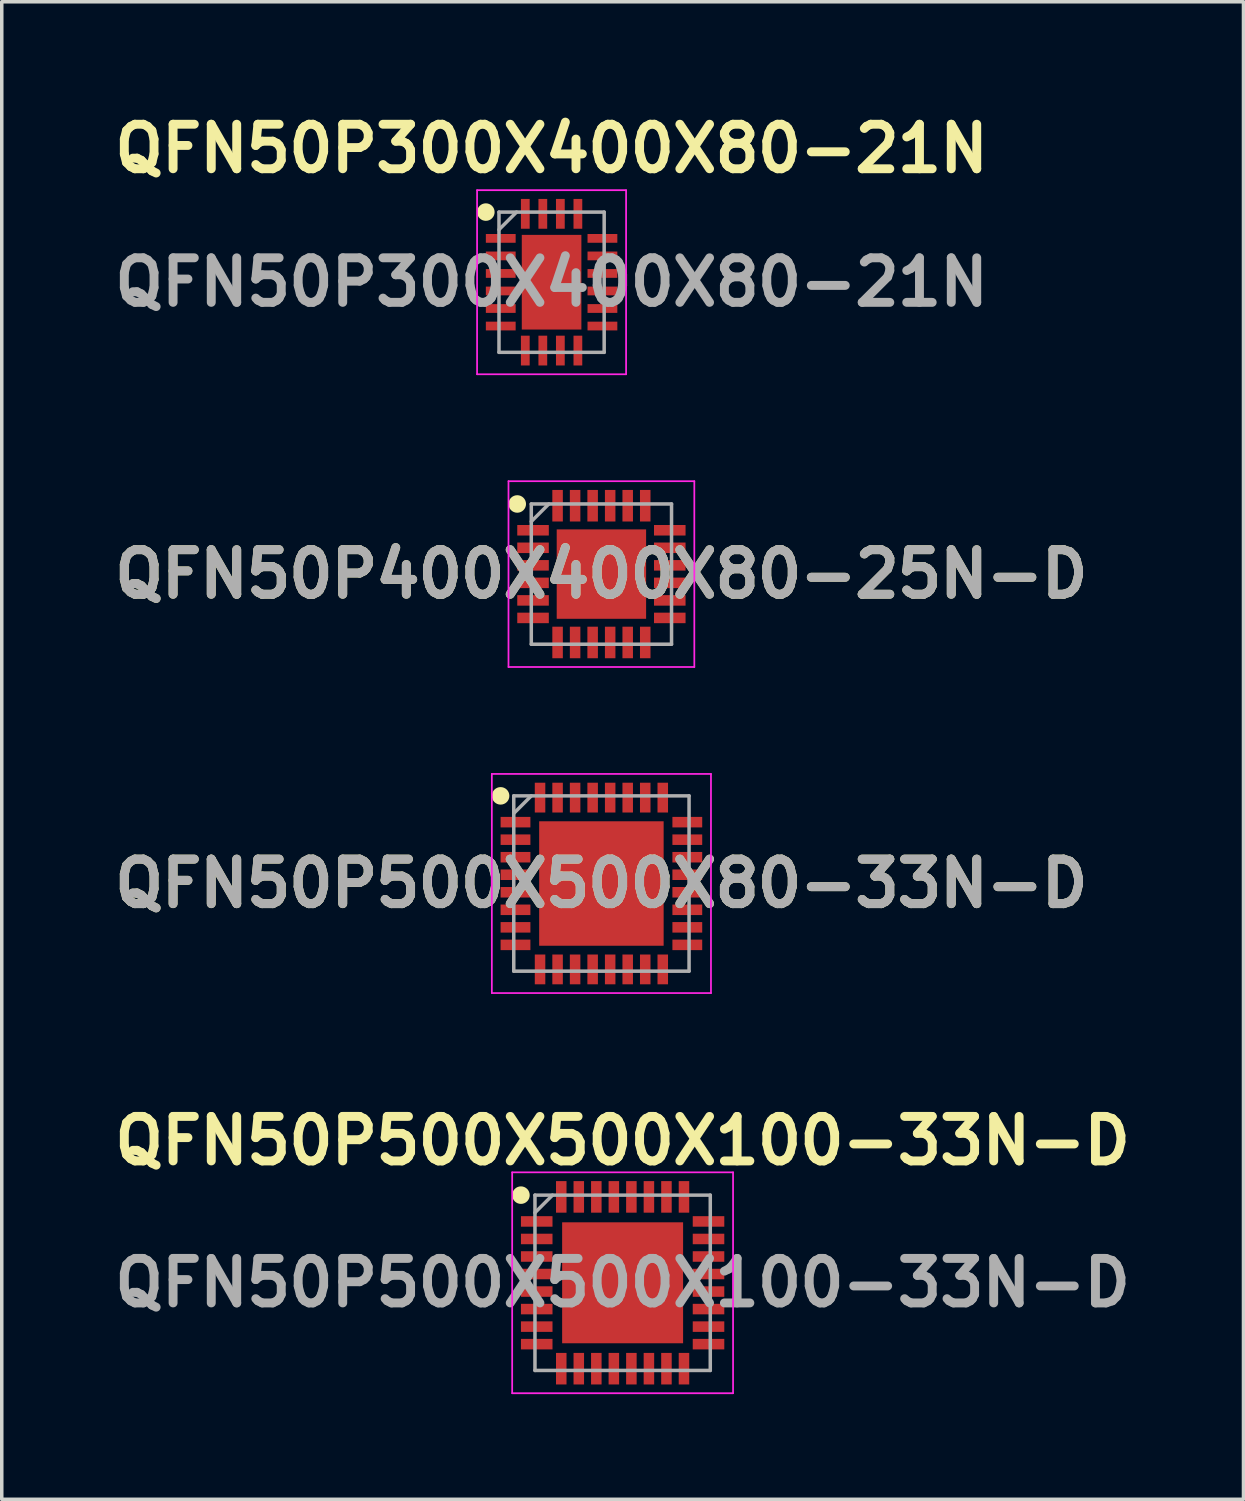
<source format=kicad_pcb>
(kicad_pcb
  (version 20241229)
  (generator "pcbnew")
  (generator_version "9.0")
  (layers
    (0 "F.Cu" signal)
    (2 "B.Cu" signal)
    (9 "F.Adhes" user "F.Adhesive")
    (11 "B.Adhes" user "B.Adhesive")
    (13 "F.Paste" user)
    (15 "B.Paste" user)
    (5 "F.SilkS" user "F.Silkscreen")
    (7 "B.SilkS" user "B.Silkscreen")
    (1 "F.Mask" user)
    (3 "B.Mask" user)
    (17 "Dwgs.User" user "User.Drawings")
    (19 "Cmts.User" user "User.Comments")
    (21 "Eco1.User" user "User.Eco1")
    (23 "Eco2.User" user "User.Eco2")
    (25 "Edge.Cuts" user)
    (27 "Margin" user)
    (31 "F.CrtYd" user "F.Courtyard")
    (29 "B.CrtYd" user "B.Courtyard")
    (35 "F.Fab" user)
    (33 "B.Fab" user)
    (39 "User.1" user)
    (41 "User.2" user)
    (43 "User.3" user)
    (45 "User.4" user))
  (footprint "QFN50P500X500X80-33N-D"
    (layer "F.Cu")
    (at 14.103 22.149)
    (property "Reference" "QFN50P500X500X80-33N-D" (at 0 0 0) (layer "F.SilkS") (effects (font (size 1.27 1.27) (thickness 0.254))))
    (attr smd)
    (fp_circle (center -2.875 -2.5) (end -2.875 -2.375) (stroke (width 0.25) (type solid)) (fill no) (layer "F.SilkS"))
    (fp_line (start -3.125 -3.125) (end 3.125 -3.125) (stroke (width 0.05) (type solid)) (layer "F.CrtYd"))
    (fp_line (start -3.125 3.125) (end -3.125 -3.125) (stroke (width 0.05) (type solid)) (layer "F.CrtYd"))
    (fp_line (start 3.125 -3.125) (end 3.125 3.125) (stroke (width 0.05) (type solid)) (layer "F.CrtYd"))
    (fp_line (start 3.125 3.125) (end -3.125 3.125) (stroke (width 0.05) (type solid)) (layer "F.CrtYd"))
    (fp_line (start -2.5 -2.5) (end 2.5 -2.5) (stroke (width 0.1) (type solid)) (layer "F.Fab"))
    (fp_line (start -2.5 -2) (end -2 -2.5) (stroke (width 0.1) (type solid)) (layer "F.Fab"))
    (fp_line (start -2.5 2.5) (end -2.5 -2.5) (stroke (width 0.1) (type solid)) (layer "F.Fab"))
    (fp_line (start 2.5 -2.5) (end 2.5 2.5) (stroke (width 0.1) (type solid)) (layer "F.Fab"))
    (fp_line (start 2.5 2.5) (end -2.5 2.5) (stroke (width 0.1) (type solid)) (layer "F.Fab"))
    (fp_text user "${REFERENCE}" (at 0 0 0) (layer "F.Fab") (effects (font (size 1.27 1.27) (thickness 0.254))))
    (pad "1" smd rect (at -2.45 -1.75 90) (size 0.3 0.85) (layers "F.Cu" "F.Mask" "F.Paste"))
    (pad "2" smd rect (at -2.45 -1.25 90) (size 0.3 0.85) (layers "F.Cu" "F.Mask" "F.Paste"))
    (pad "3" smd rect (at -2.45 -0.75 90) (size 0.3 0.85) (layers "F.Cu" "F.Mask" "F.Paste"))
    (pad "4" smd rect (at -2.45 -0.25 90) (size 0.3 0.85) (layers "F.Cu" "F.Mask" "F.Paste"))
    (pad "5" smd rect (at -2.45 0.25 90) (size 0.3 0.85) (layers "F.Cu" "F.Mask" "F.Paste"))
    (pad "6" smd rect (at -2.45 0.75 90) (size 0.3 0.85) (layers "F.Cu" "F.Mask" "F.Paste"))
    (pad "7" smd rect (at -2.45 1.25 90) (size 0.3 0.85) (layers "F.Cu" "F.Mask" "F.Paste"))
    (pad "8" smd rect (at -2.45 1.75 90) (size 0.3 0.85) (layers "F.Cu" "F.Mask" "F.Paste"))
    (pad "9" smd rect (at -1.75 2.45) (size 0.3 0.85) (layers "F.Cu" "F.Mask" "F.Paste"))
    (pad "10" smd rect (at -1.25 2.45) (size 0.3 0.85) (layers "F.Cu" "F.Mask" "F.Paste"))
    (pad "11" smd rect (at -0.75 2.45) (size 0.3 0.85) (layers "F.Cu" "F.Mask" "F.Paste"))
    (pad "12" smd rect (at -0.25 2.45) (size 0.3 0.85) (layers "F.Cu" "F.Mask" "F.Paste"))
    (pad "13" smd rect (at 0.25 2.45) (size 0.3 0.85) (layers "F.Cu" "F.Mask" "F.Paste"))
    (pad "14" smd rect (at 0.75 2.45) (size 0.3 0.85) (layers "F.Cu" "F.Mask" "F.Paste"))
    (pad "15" smd rect (at 1.25 2.45) (size 0.3 0.85) (layers "F.Cu" "F.Mask" "F.Paste"))
    (pad "16" smd rect (at 1.75 2.45) (size 0.3 0.85) (layers "F.Cu" "F.Mask" "F.Paste"))
    (pad "17" smd rect (at 2.45 1.75 90) (size 0.3 0.85) (layers "F.Cu" "F.Mask" "F.Paste"))
    (pad "18" smd rect (at 2.45 1.25 90) (size 0.3 0.85) (layers "F.Cu" "F.Mask" "F.Paste"))
    (pad "19" smd rect (at 2.45 0.75 90) (size 0.3 0.85) (layers "F.Cu" "F.Mask" "F.Paste"))
    (pad "20" smd rect (at 2.45 0.25 90) (size 0.3 0.85) (layers "F.Cu" "F.Mask" "F.Paste"))
    (pad "21" smd rect (at 2.45 -0.25 90) (size 0.3 0.85) (layers "F.Cu" "F.Mask" "F.Paste"))
    (pad "22" smd rect (at 2.45 -0.75 90) (size 0.3 0.85) (layers "F.Cu" "F.Mask" "F.Paste"))
    (pad "23" smd rect (at 2.45 -1.25 90) (size 0.3 0.85) (layers "F.Cu" "F.Mask" "F.Paste"))
    (pad "24" smd rect (at 2.45 -1.75 90) (size 0.3 0.85) (layers "F.Cu" "F.Mask" "F.Paste"))
    (pad "25" smd rect (at 1.75 -2.45) (size 0.3 0.85) (layers "F.Cu" "F.Mask" "F.Paste"))
    (pad "26" smd rect (at 1.25 -2.45) (size 0.3 0.85) (layers "F.Cu" "F.Mask" "F.Paste"))
    (pad "27" smd rect (at 0.75 -2.45) (size 0.3 0.85) (layers "F.Cu" "F.Mask" "F.Paste"))
    (pad "28" smd rect (at 0.25 -2.45) (size 0.3 0.85) (layers "F.Cu" "F.Mask" "F.Paste"))
    (pad "29" smd rect (at -0.25 -2.45) (size 0.3 0.85) (layers "F.Cu" "F.Mask" "F.Paste"))
    (pad "30" smd rect (at -0.75 -2.45) (size 0.3 0.85) (layers "F.Cu" "F.Mask" "F.Paste"))
    (pad "31" smd rect (at -1.25 -2.45) (size 0.3 0.85) (layers "F.Cu" "F.Mask" "F.Paste"))
    (pad "32" smd rect (at -1.75 -2.45) (size 0.3 0.85) (layers "F.Cu" "F.Mask" "F.Paste"))
    (pad "33" smd rect (at 0 0) (size 3.55 3.55) (layers "F.Cu" "F.Mask" "F.Paste")))
  (footprint "QFN50P300X400X80-21N"
    (layer "F.Cu")
    (at 12.682 4.999)
    (property "Reference" "QFN50P300X400X80-21N" (at 0 -3.81 0) (layer "F.SilkS") (effects (font (size 1.27 1.27) (thickness 0.254))))
    (attr smd)
    (fp_circle (center -1.875 -2) (end -1.875 -1.875) (stroke (width 0.25) (type solid)) (fill no) (layer "F.SilkS"))
    (fp_line (start -2.125 -2.625) (end 2.125 -2.625) (stroke (width 0.05) (type solid)) (layer "F.CrtYd"))
    (fp_line (start -2.125 2.625) (end -2.125 -2.625) (stroke (width 0.05) (type solid)) (layer "F.CrtYd"))
    (fp_line (start 2.125 -2.625) (end 2.125 2.625) (stroke (width 0.05) (type solid)) (layer "F.CrtYd"))
    (fp_line (start 2.125 2.625) (end -2.125 2.625) (stroke (width 0.05) (type solid)) (layer "F.CrtYd"))
    (fp_line (start -1.5 -2) (end 1.5 -2) (stroke (width 0.1) (type solid)) (layer "F.Fab"))
    (fp_line (start -1.5 -1.5) (end -1 -2) (stroke (width 0.1) (type solid)) (layer "F.Fab"))
    (fp_line (start -1.5 2) (end -1.5 -2) (stroke (width 0.1) (type solid)) (layer "F.Fab"))
    (fp_line (start 1.5 -2) (end 1.5 2) (stroke (width 0.1) (type solid)) (layer "F.Fab"))
    (fp_line (start 1.5 2) (end -1.5 2) (stroke (width 0.1) (type solid)) (layer "F.Fab"))
    (fp_text user "${REFERENCE}" (at 0 0 0) (layer "F.Fab") (effects (font (size 1.27 1.27) (thickness 0.254))))
    (pad "1" smd rect (at -1.45 -1.25 90) (size 0.25 0.85) (layers "F.Cu" "F.Mask" "F.Paste"))
    (pad "2" smd rect (at -1.45 -0.75 90) (size 0.25 0.85) (layers "F.Cu" "F.Mask" "F.Paste"))
    (pad "3" smd rect (at -1.45 -0.25 90) (size 0.25 0.85) (layers "F.Cu" "F.Mask" "F.Paste"))
    (pad "4" smd rect (at -1.45 0.25 90) (size 0.25 0.85) (layers "F.Cu" "F.Mask" "F.Paste"))
    (pad "5" smd rect (at -1.45 0.75 90) (size 0.25 0.85) (layers "F.Cu" "F.Mask" "F.Paste"))
    (pad "6" smd rect (at -1.45 1.25 90) (size 0.25 0.85) (layers "F.Cu" "F.Mask" "F.Paste"))
    (pad "7" smd rect (at -0.75 1.95) (size 0.25 0.85) (layers "F.Cu" "F.Mask" "F.Paste"))
    (pad "8" smd rect (at -0.25 1.95) (size 0.25 0.85) (layers "F.Cu" "F.Mask" "F.Paste"))
    (pad "9" smd rect (at 0.25 1.95) (size 0.25 0.85) (layers "F.Cu" "F.Mask" "F.Paste"))
    (pad "10" smd rect (at 0.75 1.95) (size 0.25 0.85) (layers "F.Cu" "F.Mask" "F.Paste"))
    (pad "11" smd rect (at 1.45 1.25 90) (size 0.25 0.85) (layers "F.Cu" "F.Mask" "F.Paste"))
    (pad "12" smd rect (at 1.45 0.75 90) (size 0.25 0.85) (layers "F.Cu" "F.Mask" "F.Paste"))
    (pad "13" smd rect (at 1.45 0.25 90) (size 0.25 0.85) (layers "F.Cu" "F.Mask" "F.Paste"))
    (pad "14" smd rect (at 1.45 -0.25 90) (size 0.25 0.85) (layers "F.Cu" "F.Mask" "F.Paste"))
    (pad "15" smd rect (at 1.45 -0.75 90) (size 0.25 0.85) (layers "F.Cu" "F.Mask" "F.Paste"))
    (pad "16" smd rect (at 1.45 -1.25 90) (size 0.25 0.85) (layers "F.Cu" "F.Mask" "F.Paste"))
    (pad "17" smd rect (at 0.75 -1.95) (size 0.25 0.85) (layers "F.Cu" "F.Mask" "F.Paste"))
    (pad "18" smd rect (at 0.25 -1.95) (size 0.25 0.85) (layers "F.Cu" "F.Mask" "F.Paste"))
    (pad "19" smd rect (at -0.25 -1.95) (size 0.25 0.85) (layers "F.Cu" "F.Mask" "F.Paste"))
    (pad "20" smd rect (at -0.75 -1.95) (size 0.25 0.85) (layers "F.Cu" "F.Mask" "F.Paste"))
    (pad "21" smd rect (at 0 0) (size 1.7 2.7) (layers "F.Cu" "F.Mask" "F.Paste")))
  (footprint "QFN50P400X400X80-25N-D"
    (layer "F.Cu")
    (at 14.103 13.324)
    (property "Reference" "QFN50P400X400X80-25N-D" (at 0 0 0) (layer "F.SilkS") (effects (font (size 1.27 1.27) (thickness 0.254))))
    (attr smd)
    (fp_circle (center -2.4 -2) (end -2.4 -1.875) (stroke (width 0.25) (type solid)) (fill no) (layer "F.SilkS"))
    (fp_line (start -2.65 -2.65) (end 2.65 -2.65) (stroke (width 0.05) (type solid)) (layer "F.CrtYd"))
    (fp_line (start -2.65 2.65) (end -2.65 -2.65) (stroke (width 0.05) (type solid)) (layer "F.CrtYd"))
    (fp_line (start 2.65 -2.65) (end 2.65 2.65) (stroke (width 0.05) (type solid)) (layer "F.CrtYd"))
    (fp_line (start 2.65 2.65) (end -2.65 2.65) (stroke (width 0.05) (type solid)) (layer "F.CrtYd"))
    (fp_line (start -2 -2) (end 2 -2) (stroke (width 0.1) (type solid)) (layer "F.Fab"))
    (fp_line (start -2 -1.5) (end -1.5 -2) (stroke (width 0.1) (type solid)) (layer "F.Fab"))
    (fp_line (start -2 2) (end -2 -2) (stroke (width 0.1) (type solid)) (layer "F.Fab"))
    (fp_line (start 2 -2) (end 2 2) (stroke (width 0.1) (type solid)) (layer "F.Fab"))
    (fp_line (start 2 2) (end -2 2) (stroke (width 0.1) (type solid)) (layer "F.Fab"))
    (fp_text user "${REFERENCE}" (at 0 0 0) (layer "F.Fab") (effects (font (size 1.27 1.27) (thickness 0.254))))
    (pad "1" smd rect (at -1.95 -1.25 90) (size 0.3 0.9) (layers "F.Cu" "F.Mask" "F.Paste"))
    (pad "2" smd rect (at -1.95 -0.75 90) (size 0.3 0.9) (layers "F.Cu" "F.Mask" "F.Paste"))
    (pad "3" smd rect (at -1.95 -0.25 90) (size 0.3 0.9) (layers "F.Cu" "F.Mask" "F.Paste"))
    (pad "4" smd rect (at -1.95 0.25 90) (size 0.3 0.9) (layers "F.Cu" "F.Mask" "F.Paste"))
    (pad "5" smd rect (at -1.95 0.75 90) (size 0.3 0.9) (layers "F.Cu" "F.Mask" "F.Paste"))
    (pad "6" smd rect (at -1.95 1.25 90) (size 0.3 0.9) (layers "F.Cu" "F.Mask" "F.Paste"))
    (pad "7" smd rect (at -1.25 1.95) (size 0.3 0.9) (layers "F.Cu" "F.Mask" "F.Paste"))
    (pad "8" smd rect (at -0.75 1.95) (size 0.3 0.9) (layers "F.Cu" "F.Mask" "F.Paste"))
    (pad "9" smd rect (at -0.25 1.95) (size 0.3 0.9) (layers "F.Cu" "F.Mask" "F.Paste"))
    (pad "10" smd rect (at 0.25 1.95) (size 0.3 0.9) (layers "F.Cu" "F.Mask" "F.Paste"))
    (pad "11" smd rect (at 0.75 1.95) (size 0.3 0.9) (layers "F.Cu" "F.Mask" "F.Paste"))
    (pad "12" smd rect (at 1.25 1.95) (size 0.3 0.9) (layers "F.Cu" "F.Mask" "F.Paste"))
    (pad "13" smd rect (at 1.95 1.25 90) (size 0.3 0.9) (layers "F.Cu" "F.Mask" "F.Paste"))
    (pad "14" smd rect (at 1.95 0.75 90) (size 0.3 0.9) (layers "F.Cu" "F.Mask" "F.Paste"))
    (pad "15" smd rect (at 1.95 0.25 90) (size 0.3 0.9) (layers "F.Cu" "F.Mask" "F.Paste"))
    (pad "16" smd rect (at 1.95 -0.25 90) (size 0.3 0.9) (layers "F.Cu" "F.Mask" "F.Paste"))
    (pad "17" smd rect (at 1.95 -0.75 90) (size 0.3 0.9) (layers "F.Cu" "F.Mask" "F.Paste"))
    (pad "18" smd rect (at 1.95 -1.25 90) (size 0.3 0.9) (layers "F.Cu" "F.Mask" "F.Paste"))
    (pad "19" smd rect (at 1.25 -1.95) (size 0.3 0.9) (layers "F.Cu" "F.Mask" "F.Paste"))
    (pad "20" smd rect (at 0.75 -1.95) (size 0.3 0.9) (layers "F.Cu" "F.Mask" "F.Paste"))
    (pad "21" smd rect (at 0.25 -1.95) (size 0.3 0.9) (layers "F.Cu" "F.Mask" "F.Paste"))
    (pad "22" smd rect (at -0.25 -1.95) (size 0.3 0.9) (layers "F.Cu" "F.Mask" "F.Paste"))
    (pad "23" smd rect (at -0.75 -1.95) (size 0.3 0.9) (layers "F.Cu" "F.Mask" "F.Paste"))
    (pad "24" smd rect (at -1.25 -1.95) (size 0.3 0.9) (layers "F.Cu" "F.Mask" "F.Paste"))
    (pad "25" smd rect (at 0 0) (size 2.55 2.55) (layers "F.Cu" "F.Mask" "F.Paste")))
  (footprint "QFN50P500X500X100-33N-D"
    (layer "F.Cu")
    (at 14.708 33.537)
    (property "Reference" "QFN50P500X500X100-33N-D" (at 0 -4.05 0) (layer "F.SilkS") (effects (font (size 1.27 1.27) (thickness 0.254))))
    (attr smd)
    (fp_circle (center -2.9 -2.5) (end -2.9 -2.375) (stroke (width 0.25) (type solid)) (fill no) (layer "F.SilkS"))
    (fp_line (start -3.15 -3.15) (end 3.15 -3.15) (stroke (width 0.05) (type solid)) (layer "F.CrtYd"))
    (fp_line (start -3.15 3.15) (end -3.15 -3.15) (stroke (width 0.05) (type solid)) (layer "F.CrtYd"))
    (fp_line (start 3.15 -3.15) (end 3.15 3.15) (stroke (width 0.05) (type solid)) (layer "F.CrtYd"))
    (fp_line (start 3.15 3.15) (end -3.15 3.15) (stroke (width 0.05) (type solid)) (layer "F.CrtYd"))
    (fp_line (start -2.5 -2.5) (end 2.5 -2.5) (stroke (width 0.1) (type solid)) (layer "F.Fab"))
    (fp_line (start -2.5 -2) (end -2 -2.5) (stroke (width 0.1) (type solid)) (layer "F.Fab"))
    (fp_line (start -2.5 2.5) (end -2.5 -2.5) (stroke (width 0.1) (type solid)) (layer "F.Fab"))
    (fp_line (start 2.5 -2.5) (end 2.5 2.5) (stroke (width 0.1) (type solid)) (layer "F.Fab"))
    (fp_line (start 2.5 2.5) (end -2.5 2.5) (stroke (width 0.1) (type solid)) (layer "F.Fab"))
    (fp_text user "${REFERENCE}" (at 0 0 0) (layer "F.Fab") (effects (font (size 1.27 1.27) (thickness 0.254))))
    (pad "1" smd rect (at -2.45 -1.75 90) (size 0.3 0.9) (layers "F.Cu" "F.Mask" "F.Paste"))
    (pad "2" smd rect (at -2.45 -1.25 90) (size 0.3 0.9) (layers "F.Cu" "F.Mask" "F.Paste"))
    (pad "3" smd rect (at -2.45 -0.75 90) (size 0.3 0.9) (layers "F.Cu" "F.Mask" "F.Paste"))
    (pad "4" smd rect (at -2.45 -0.25 90) (size 0.3 0.9) (layers "F.Cu" "F.Mask" "F.Paste"))
    (pad "5" smd rect (at -2.45 0.25 90) (size 0.3 0.9) (layers "F.Cu" "F.Mask" "F.Paste"))
    (pad "6" smd rect (at -2.45 0.75 90) (size 0.3 0.9) (layers "F.Cu" "F.Mask" "F.Paste"))
    (pad "7" smd rect (at -2.45 1.25 90) (size 0.3 0.9) (layers "F.Cu" "F.Mask" "F.Paste"))
    (pad "8" smd rect (at -2.45 1.75 90) (size 0.3 0.9) (layers "F.Cu" "F.Mask" "F.Paste"))
    (pad "9" smd rect (at -1.75 2.45) (size 0.3 0.9) (layers "F.Cu" "F.Mask" "F.Paste"))
    (pad "10" smd rect (at -1.25 2.45) (size 0.3 0.9) (layers "F.Cu" "F.Mask" "F.Paste"))
    (pad "11" smd rect (at -0.75 2.45) (size 0.3 0.9) (layers "F.Cu" "F.Mask" "F.Paste"))
    (pad "12" smd rect (at -0.25 2.45) (size 0.3 0.9) (layers "F.Cu" "F.Mask" "F.Paste"))
    (pad "13" smd rect (at 0.25 2.45) (size 0.3 0.9) (layers "F.Cu" "F.Mask" "F.Paste"))
    (pad "14" smd rect (at 0.75 2.45) (size 0.3 0.9) (layers "F.Cu" "F.Mask" "F.Paste"))
    (pad "15" smd rect (at 1.25 2.45) (size 0.3 0.9) (layers "F.Cu" "F.Mask" "F.Paste"))
    (pad "16" smd rect (at 1.75 2.45) (size 0.3 0.9) (layers "F.Cu" "F.Mask" "F.Paste"))
    (pad "17" smd rect (at 2.45 1.75 90) (size 0.3 0.9) (layers "F.Cu" "F.Mask" "F.Paste"))
    (pad "18" smd rect (at 2.45 1.25 90) (size 0.3 0.9) (layers "F.Cu" "F.Mask" "F.Paste"))
    (pad "19" smd rect (at 2.45 0.75 90) (size 0.3 0.9) (layers "F.Cu" "F.Mask" "F.Paste"))
    (pad "20" smd rect (at 2.45 0.25 90) (size 0.3 0.9) (layers "F.Cu" "F.Mask" "F.Paste"))
    (pad "21" smd rect (at 2.45 -0.25 90) (size 0.3 0.9) (layers "F.Cu" "F.Mask" "F.Paste"))
    (pad "22" smd rect (at 2.45 -0.75 90) (size 0.3 0.9) (layers "F.Cu" "F.Mask" "F.Paste"))
    (pad "23" smd rect (at 2.45 -1.25 90) (size 0.3 0.9) (layers "F.Cu" "F.Mask" "F.Paste"))
    (pad "24" smd rect (at 2.45 -1.75 90) (size 0.3 0.9) (layers "F.Cu" "F.Mask" "F.Paste"))
    (pad "25" smd rect (at 1.75 -2.45) (size 0.3 0.9) (layers "F.Cu" "F.Mask" "F.Paste"))
    (pad "26" smd rect (at 1.25 -2.45) (size 0.3 0.9) (layers "F.Cu" "F.Mask" "F.Paste"))
    (pad "27" smd rect (at 0.75 -2.45) (size 0.3 0.9) (layers "F.Cu" "F.Mask" "F.Paste"))
    (pad "28" smd rect (at 0.25 -2.45) (size 0.3 0.9) (layers "F.Cu" "F.Mask" "F.Paste"))
    (pad "29" smd rect (at -0.25 -2.45) (size 0.3 0.9) (layers "F.Cu" "F.Mask" "F.Paste"))
    (pad "30" smd rect (at -0.75 -2.45) (size 0.3 0.9) (layers "F.Cu" "F.Mask" "F.Paste"))
    (pad "31" smd rect (at -1.25 -2.45) (size 0.3 0.9) (layers "F.Cu" "F.Mask" "F.Paste"))
    (pad "32" smd rect (at -1.75 -2.45) (size 0.3 0.9) (layers "F.Cu" "F.Mask" "F.Paste"))
    (pad "33" smd rect (at 0 0) (size 3.45 3.45) (layers "F.Cu" "F.Mask" "F.Paste")))
  (gr_rect
    (start -3 -3)
    (end 32.416 39.712)
    (stroke (width 0.1) (type default))
    (fill no)
    (layer "Edge.Cuts")))
</source>
